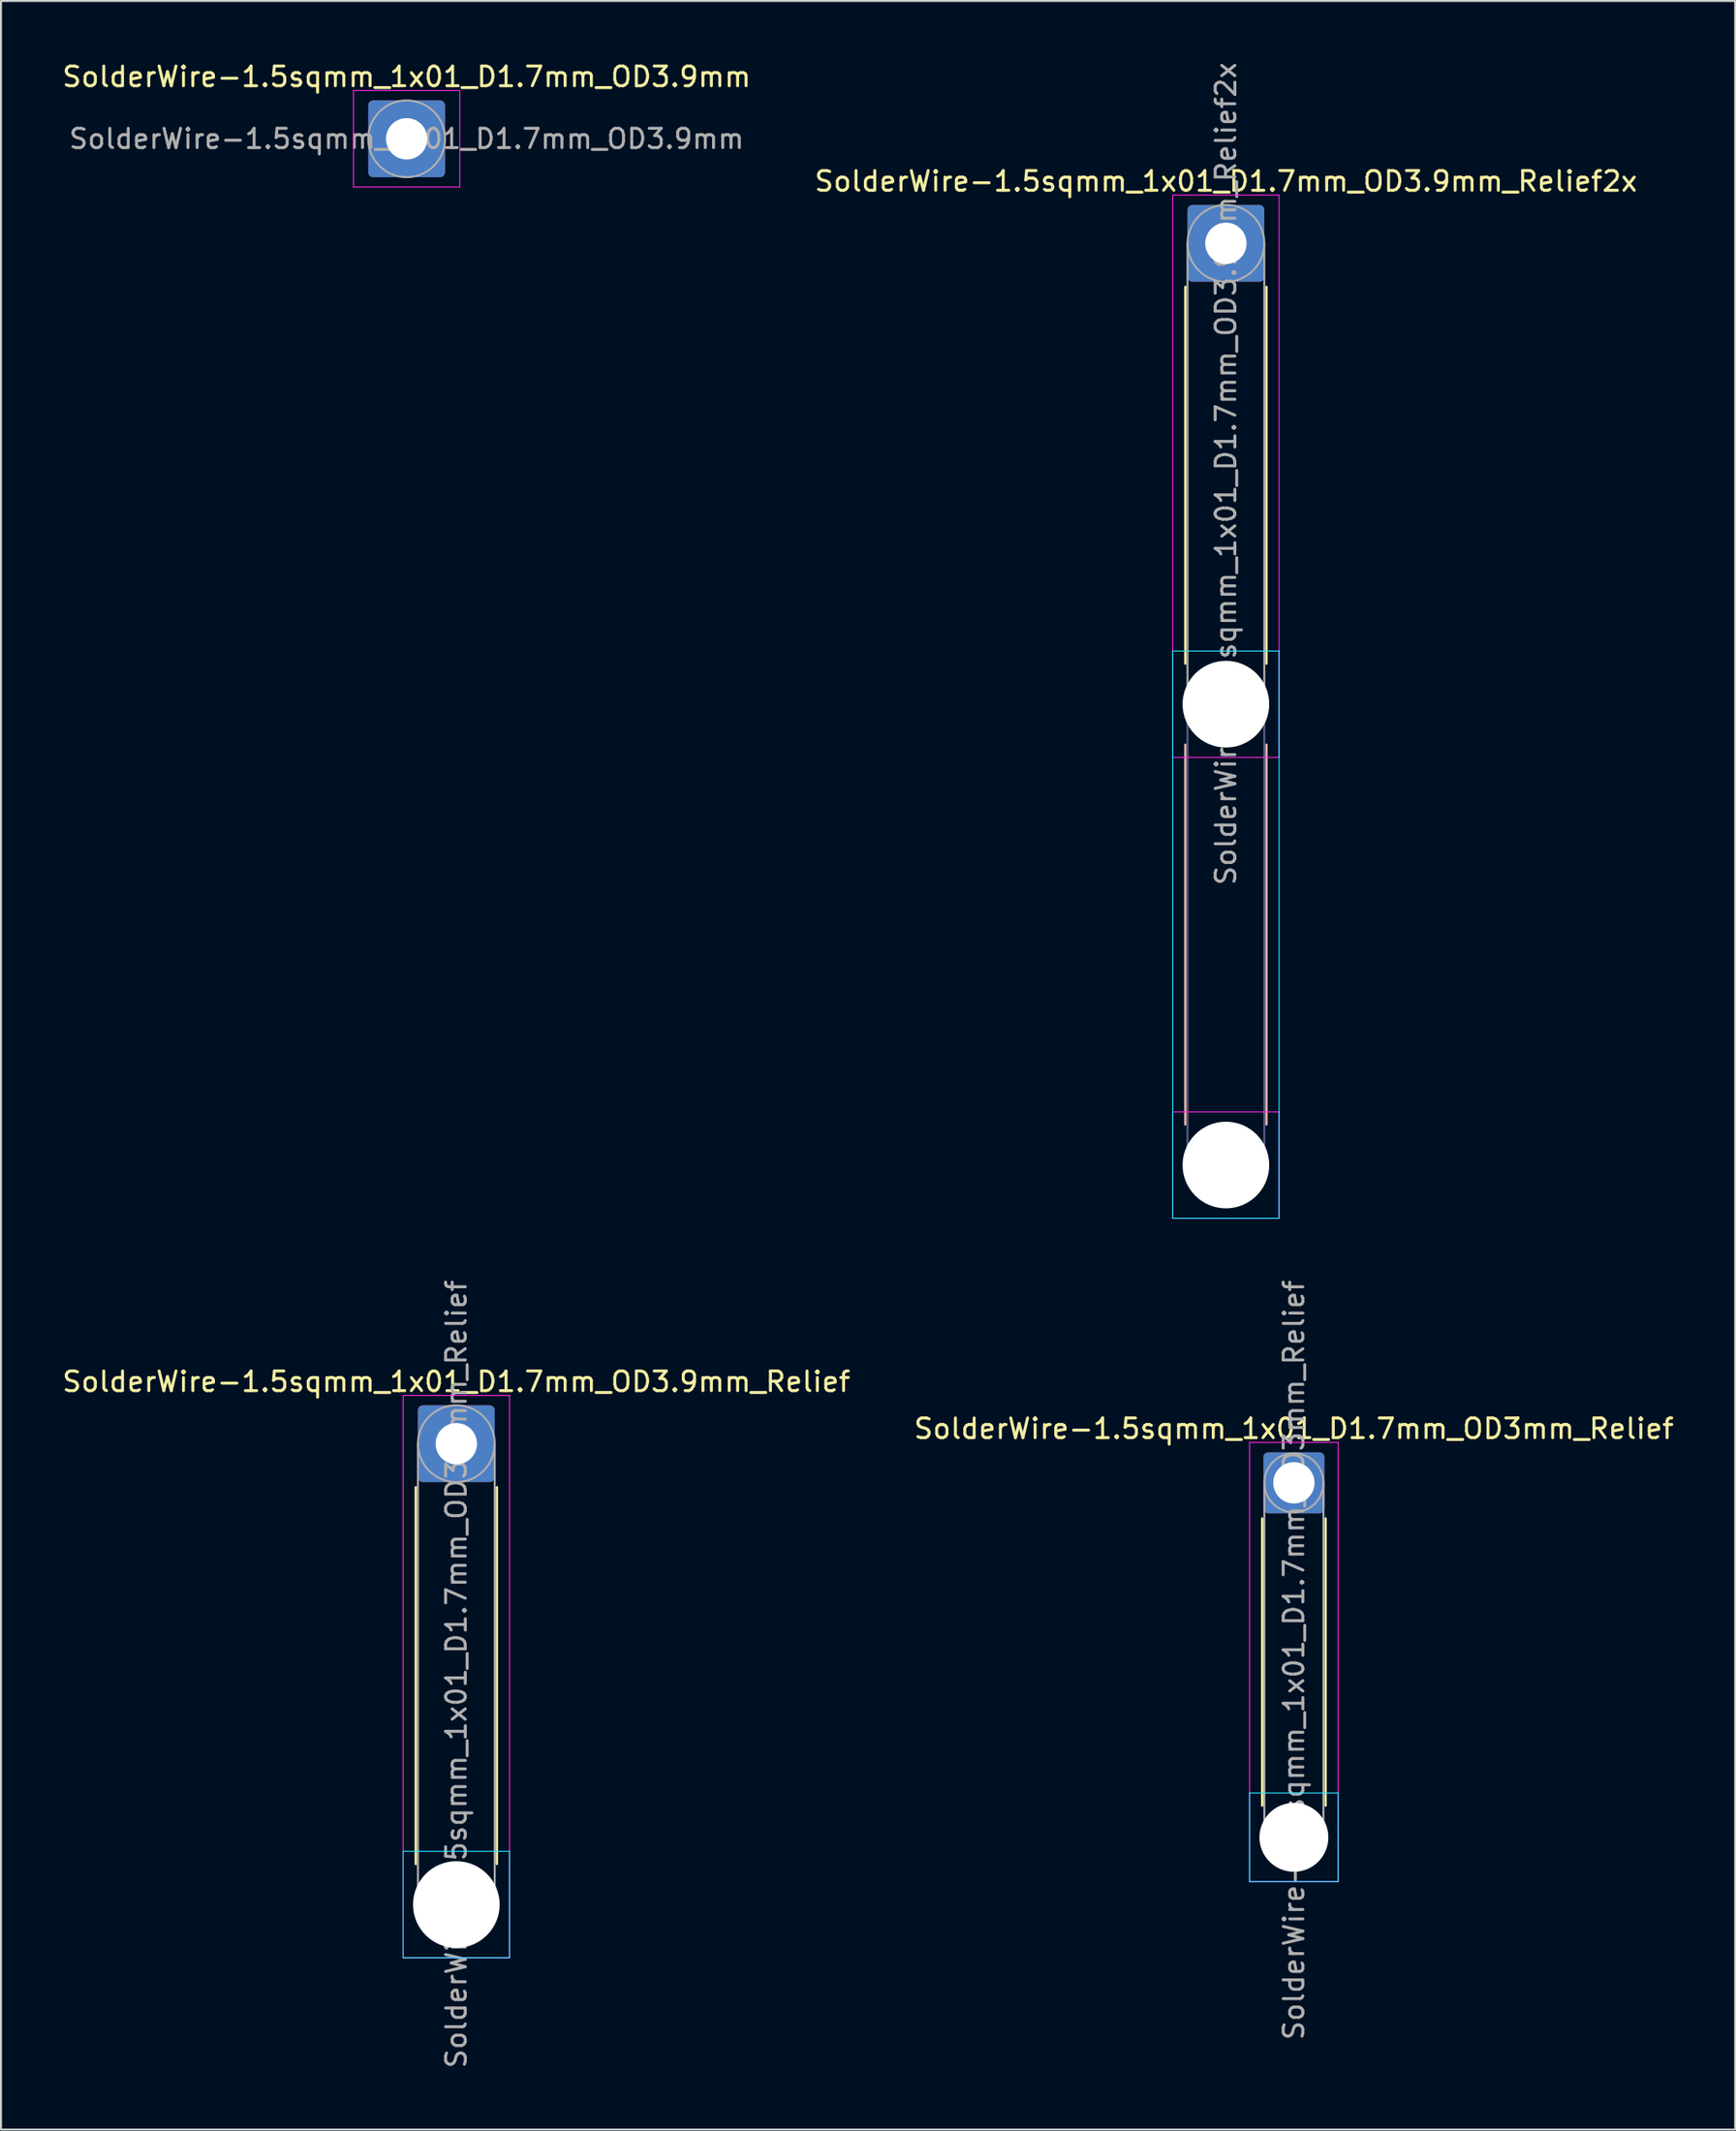
<source format=kicad_pcb>
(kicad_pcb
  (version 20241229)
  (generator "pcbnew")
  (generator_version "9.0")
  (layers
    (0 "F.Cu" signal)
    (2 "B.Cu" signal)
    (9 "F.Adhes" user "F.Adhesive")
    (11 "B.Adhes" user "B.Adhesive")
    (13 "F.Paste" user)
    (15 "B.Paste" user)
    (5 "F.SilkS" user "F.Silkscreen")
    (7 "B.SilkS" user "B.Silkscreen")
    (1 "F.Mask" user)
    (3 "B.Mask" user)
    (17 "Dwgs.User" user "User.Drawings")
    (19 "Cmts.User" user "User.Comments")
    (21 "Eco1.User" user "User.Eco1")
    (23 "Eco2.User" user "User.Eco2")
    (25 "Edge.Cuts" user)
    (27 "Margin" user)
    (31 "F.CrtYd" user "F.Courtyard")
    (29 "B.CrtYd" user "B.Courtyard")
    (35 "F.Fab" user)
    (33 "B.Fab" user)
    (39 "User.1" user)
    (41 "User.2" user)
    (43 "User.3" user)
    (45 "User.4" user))
  (footprint "SolderWire-1.5sqmm_1x01_D1.7mm_OD3mm_Relief"
    (layer "F.Cu")
    (at 62.661 72.242)
    (property "Reference" "SolderWire-1.5sqmm_1x01_D1.7mm_OD3mm_Relief" (at 0 -2.75 0) (layer "F.SilkS") (effects (font (size 1 1) (thickness 0.15))))
    (attr exclude_from_pos_files exclude_from_bom)
    (fp_line (start -1.61 1.81) (end -1.61 16.39) (stroke (width 0.12) (type solid)) (layer "F.SilkS"))
    (fp_line (start 1.61 1.81) (end 1.61 16.39) (stroke (width 0.12) (type solid)) (layer "F.SilkS"))
    (fp_line (start -2.25 15.75) (end -2.25 20.25) (stroke (width 0.05) (type solid)) (layer "B.CrtYd"))
    (fp_line (start -2.25 20.25) (end 2.25 20.25) (stroke (width 0.05) (type solid)) (layer "B.CrtYd"))
    (fp_line (start 2.25 15.75) (end -2.25 15.75) (stroke (width 0.05) (type solid)) (layer "B.CrtYd"))
    (fp_line (start 2.25 20.25) (end 2.25 15.75) (stroke (width 0.05) (type solid)) (layer "B.CrtYd"))
    (fp_line (start -2.25 -2.05) (end -2.25 20.25) (stroke (width 0.05) (type solid)) (layer "F.CrtYd"))
    (fp_line (start -2.25 20.25) (end 2.25 20.25) (stroke (width 0.05) (type solid)) (layer "F.CrtYd"))
    (fp_line (start 2.25 -2.05) (end -2.25 -2.05) (stroke (width 0.05) (type solid)) (layer "F.CrtYd"))
    (fp_line (start 2.25 20.25) (end 2.25 -2.05) (stroke (width 0.05) (type solid)) (layer "F.CrtYd"))
    (fp_line (start -1.5 0) (end -1.5 18) (stroke (width 0.1) (type solid)) (layer "F.Fab"))
    (fp_line (start 1.5 0) (end 1.5 18) (stroke (width 0.1) (type solid)) (layer "F.Fab"))
    (fp_circle (center 0 0) (end 1.5 0) (stroke (width 0.1) (type solid)) (fill no) (layer "F.Fab"))
    (fp_circle (center 0 18) (end 1.5 18) (stroke (width 0.1) (type solid)) (fill no) (layer "F.Fab"))
    (fp_text user "${REFERENCE}" (at 0 9 90) (layer "F.Fab") (effects (font (size 1 1) (thickness 0.15))))
    (pad "" np_thru_hole circle (at 0 18) (size 3.5 3.5) (drill 3.5) (layers "*.Cu" "*.Mask"))
    (pad "1" thru_hole roundrect (at 0 0) (size 3.1 3.1) (drill 2.1) (layers "*.Cu" "*.Mask") (roundrect_rratio 0.081)))
  (footprint "SolderWire-1.5sqmm_1x01_D1.7mm_OD3.9mm_Relief"
    (layer "F.Cu")
    (at 20.125 70.256)
    (property "Reference" "SolderWire-1.5sqmm_1x01_D1.7mm_OD3.9mm_Relief" (at 0 -3.15 0) (layer "F.SilkS") (effects (font (size 1 1) (thickness 0.15))))
    (attr exclude_from_pos_files exclude_from_bom)
    (fp_line (start -2.06 2.21) (end -2.06 21.34) (stroke (width 0.12) (type solid)) (layer "F.SilkS"))
    (fp_line (start 2.06 2.21) (end 2.06 21.34) (stroke (width 0.12) (type solid)) (layer "F.SilkS"))
    (fp_line (start -2.7 20.7) (end -2.7 26.1) (stroke (width 0.05) (type solid)) (layer "B.CrtYd"))
    (fp_line (start -2.7 26.1) (end 2.7 26.1) (stroke (width 0.05) (type solid)) (layer "B.CrtYd"))
    (fp_line (start 2.7 20.7) (end -2.7 20.7) (stroke (width 0.05) (type solid)) (layer "B.CrtYd"))
    (fp_line (start 2.7 26.1) (end 2.7 20.7) (stroke (width 0.05) (type solid)) (layer "B.CrtYd"))
    (fp_line (start -2.7 -2.45) (end -2.7 26.1) (stroke (width 0.05) (type solid)) (layer "F.CrtYd"))
    (fp_line (start -2.7 26.1) (end 2.7 26.1) (stroke (width 0.05) (type solid)) (layer "F.CrtYd"))
    (fp_line (start 2.7 -2.45) (end -2.7 -2.45) (stroke (width 0.05) (type solid)) (layer "F.CrtYd"))
    (fp_line (start 2.7 26.1) (end 2.7 -2.45) (stroke (width 0.05) (type solid)) (layer "F.CrtYd"))
    (fp_line (start -1.95 0) (end -1.95 23.4) (stroke (width 0.1) (type solid)) (layer "F.Fab"))
    (fp_line (start 1.95 0) (end 1.95 23.4) (stroke (width 0.1) (type solid)) (layer "F.Fab"))
    (fp_circle (center 0 0) (end 1.95 0) (stroke (width 0.1) (type solid)) (fill no) (layer "F.Fab"))
    (fp_circle (center 0 23.4) (end 1.95 23.4) (stroke (width 0.1) (type solid)) (fill no) (layer "F.Fab"))
    (fp_text user "${REFERENCE}" (at 0 11.7 90) (layer "F.Fab") (effects (font (size 1 1) (thickness 0.15))))
    (pad "" np_thru_hole circle (at 0 23.4) (size 4.4 4.4) (drill 4.4) (layers "*.Cu" "*.Mask"))
    (pad "1" thru_hole roundrect (at 0 0) (size 3.9 3.9) (drill 2.1) (layers "*.Cu" "*.Mask") (roundrect_rratio 0.064)))
  (footprint "SolderWire-1.5sqmm_1x01_D1.7mm_OD3.9mm"
    (layer "F.Cu")
    (at 17.601 3.998)
    (property "Reference" "SolderWire-1.5sqmm_1x01_D1.7mm_OD3.9mm" (at 0 -3.15 0) (layer "F.SilkS") (effects (font (size 1 1) (thickness 0.15))))
    (attr exclude_from_pos_files exclude_from_bom)
    (fp_line (start -2.7 -2.45) (end -2.7 2.45) (stroke (width 0.05) (type solid)) (layer "F.CrtYd"))
    (fp_line (start -2.7 2.45) (end 2.7 2.45) (stroke (width 0.05) (type solid)) (layer "F.CrtYd"))
    (fp_line (start 2.7 -2.45) (end -2.7 -2.45) (stroke (width 0.05) (type solid)) (layer "F.CrtYd"))
    (fp_line (start 2.7 2.45) (end 2.7 -2.45) (stroke (width 0.05) (type solid)) (layer "F.CrtYd"))
    (fp_circle (center 0 0) (end 1.95 0) (stroke (width 0.1) (type solid)) (fill no) (layer "F.Fab"))
    (fp_text user "${REFERENCE}" (at 0 0 0) (layer "F.Fab") (effects (font (size 0.98 0.98) (thickness 0.15))))
    (pad "1" thru_hole roundrect (at 0 0) (size 3.9 3.9) (drill 2.1) (layers "*.Cu" "*.Mask") (roundrect_rratio 0.064)))
  (footprint "SolderWire-1.5sqmm_1x01_D1.7mm_OD3.9mm_Relief2x"
    (layer "F.Cu")
    (at 59.208 9.306)
    (property "Reference" "SolderWire-1.5sqmm_1x01_D1.7mm_OD3.9mm_Relief2x" (at 0 -3.15 0) (layer "F.SilkS") (effects (font (size 1 1) (thickness 0.15))))
    (attr exclude_from_pos_files exclude_from_bom)
    (fp_line (start -2.06 2.21) (end -2.06 21.34) (stroke (width 0.12) (type solid)) (layer "F.SilkS"))
    (fp_line (start 2.06 2.21) (end 2.06 21.34) (stroke (width 0.12) (type solid)) (layer "F.SilkS"))
    (fp_line (start -2.06 25.46) (end -2.06 44.74) (stroke (width 0.12) (type solid)) (layer "B.SilkS"))
    (fp_line (start 2.06 25.46) (end 2.06 44.74) (stroke (width 0.12) (type solid)) (layer "B.SilkS"))
    (fp_line (start -2.7 20.7) (end -2.7 49.5) (stroke (width 0.05) (type solid)) (layer "B.CrtYd"))
    (fp_line (start -2.7 49.5) (end 2.7 49.5) (stroke (width 0.05) (type solid)) (layer "B.CrtYd"))
    (fp_line (start 2.7 20.7) (end -2.7 20.7) (stroke (width 0.05) (type solid)) (layer "B.CrtYd"))
    (fp_line (start 2.7 49.5) (end 2.7 20.7) (stroke (width 0.05) (type solid)) (layer "B.CrtYd"))
    (fp_line (start -2.7 -2.45) (end -2.7 26.1) (stroke (width 0.05) (type solid)) (layer "F.CrtYd"))
    (fp_line (start -2.7 26.1) (end 2.7 26.1) (stroke (width 0.05) (type solid)) (layer "F.CrtYd"))
    (fp_line (start -2.7 44.1) (end -2.7 49.5) (stroke (width 0.05) (type solid)) (layer "F.CrtYd"))
    (fp_line (start -2.7 49.5) (end 2.7 49.5) (stroke (width 0.05) (type solid)) (layer "F.CrtYd"))
    (fp_line (start 2.7 -2.45) (end -2.7 -2.45) (stroke (width 0.05) (type solid)) (layer "F.CrtYd"))
    (fp_line (start 2.7 26.1) (end 2.7 -2.45) (stroke (width 0.05) (type solid)) (layer "F.CrtYd"))
    (fp_line (start 2.7 44.1) (end -2.7 44.1) (stroke (width 0.05) (type solid)) (layer "F.CrtYd"))
    (fp_line (start 2.7 49.5) (end 2.7 44.1) (stroke (width 0.05) (type solid)) (layer "F.CrtYd"))
    (fp_line (start -1.95 23.4) (end -1.95 46.8) (stroke (width 0.1) (type solid)) (layer "B.Fab"))
    (fp_line (start 1.95 23.4) (end 1.95 46.8) (stroke (width 0.1) (type solid)) (layer "B.Fab"))
    (fp_circle (center 0 23.4) (end 1.95 23.4) (stroke (width 0.1) (type solid)) (fill no) (layer "B.Fab"))
    (fp_circle (center 0 46.8) (end 1.95 46.8) (stroke (width 0.1) (type solid)) (fill no) (layer "B.Fab"))
    (fp_line (start -1.95 0) (end -1.95 23.4) (stroke (width 0.1) (type solid)) (layer "F.Fab"))
    (fp_line (start 1.95 0) (end 1.95 23.4) (stroke (width 0.1) (type solid)) (layer "F.Fab"))
    (fp_circle (center 0 0) (end 1.95 0) (stroke (width 0.1) (type solid)) (fill no) (layer "F.Fab"))
    (fp_circle (center 0 23.4) (end 1.95 23.4) (stroke (width 0.1) (type solid)) (fill no) (layer "F.Fab"))
    (fp_circle (center 0 46.8) (end 1.95 46.8) (stroke (width 0.1) (type solid)) (fill no) (layer "F.Fab"))
    (fp_text user "${REFERENCE}" (at 0 11.7 90) (layer "F.Fab") (effects (font (size 1 1) (thickness 0.15))))
    (pad "" np_thru_hole circle (at 0 23.4) (size 4.4 4.4) (drill 4.4) (layers "*.Cu" "*.Mask"))
    (pad "" np_thru_hole circle (at 0 46.8) (size 4.4 4.4) (drill 4.4) (layers "*.Cu" "*.Mask"))
    (pad "1" thru_hole roundrect (at 0 0) (size 3.9 3.9) (drill 2.1) (layers "*.Cu" "*.Mask") (roundrect_rratio 0.064)))
  (gr_rect
    (start -3 -3)
    (end 85.071 105.081)
    (stroke (width 0.1) (type default))
    (fill no)
    (layer "Edge.Cuts")))
</source>
